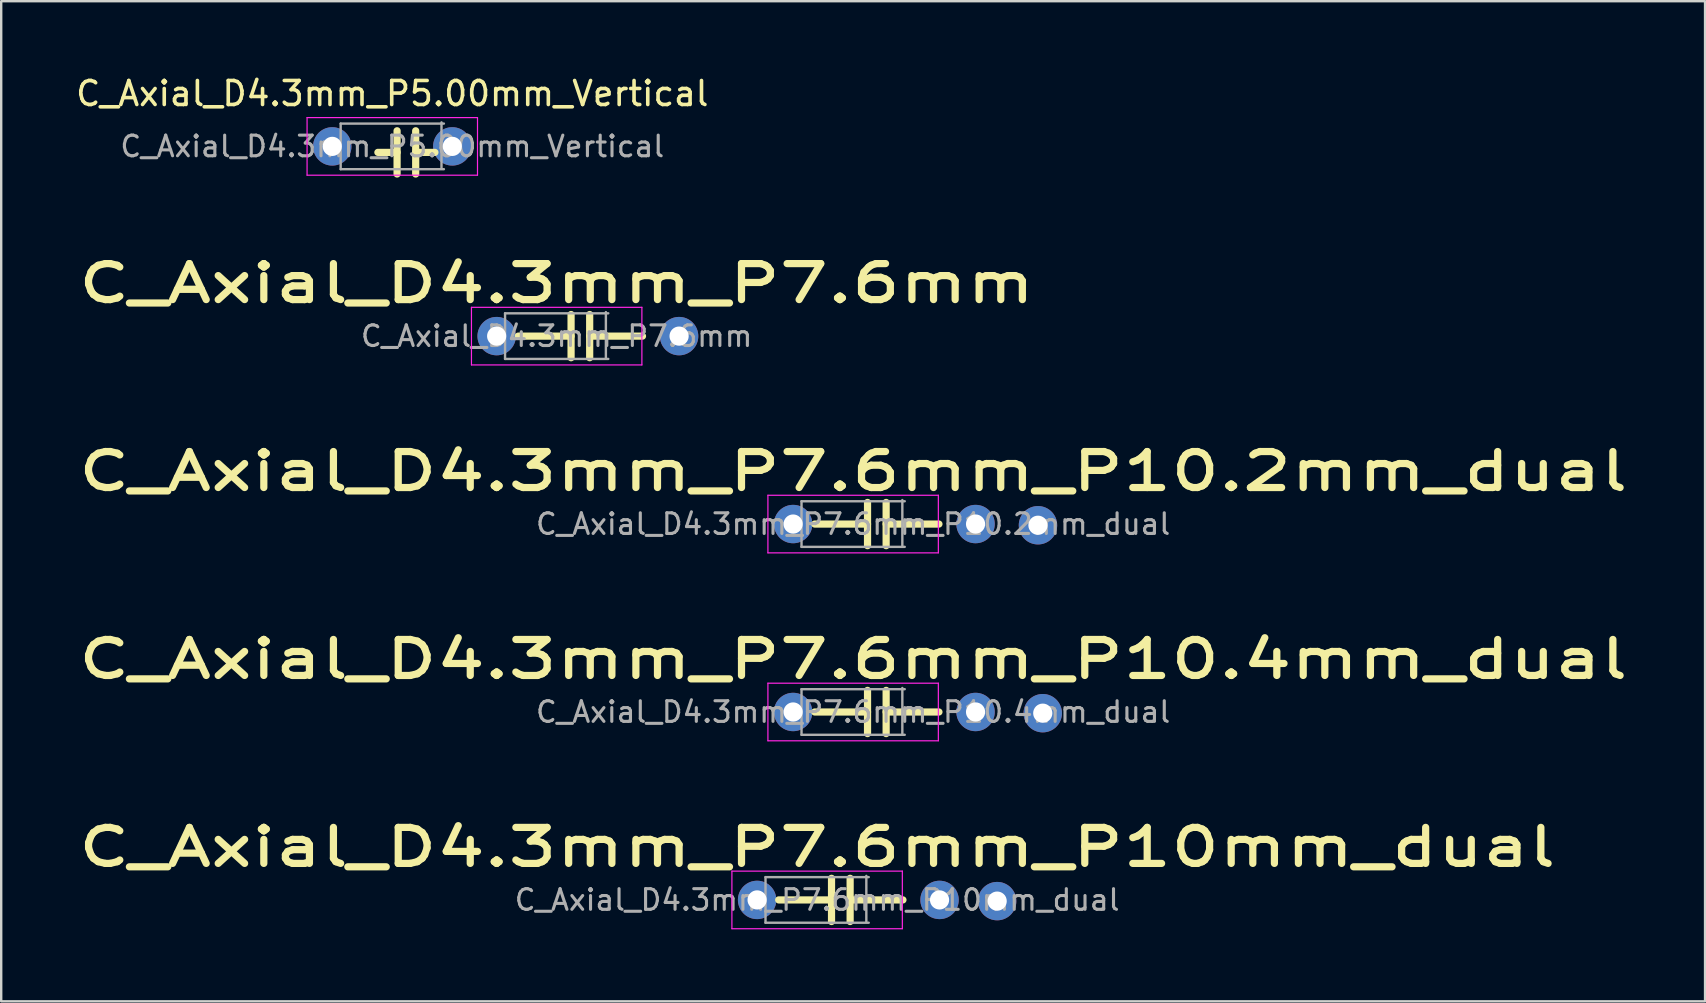
<source format=kicad_pcb>
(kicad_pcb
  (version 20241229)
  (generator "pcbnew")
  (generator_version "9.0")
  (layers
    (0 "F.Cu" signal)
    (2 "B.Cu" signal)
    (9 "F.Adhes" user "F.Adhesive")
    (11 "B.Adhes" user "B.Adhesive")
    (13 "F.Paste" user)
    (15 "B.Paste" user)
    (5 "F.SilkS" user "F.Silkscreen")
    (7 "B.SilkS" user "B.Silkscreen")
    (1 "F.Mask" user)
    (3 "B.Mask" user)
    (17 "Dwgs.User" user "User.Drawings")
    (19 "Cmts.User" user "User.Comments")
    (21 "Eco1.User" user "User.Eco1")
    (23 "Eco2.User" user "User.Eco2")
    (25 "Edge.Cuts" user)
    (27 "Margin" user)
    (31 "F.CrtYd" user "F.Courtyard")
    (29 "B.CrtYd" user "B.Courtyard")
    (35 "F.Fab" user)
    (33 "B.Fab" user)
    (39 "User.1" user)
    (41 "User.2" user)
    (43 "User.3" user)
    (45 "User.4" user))
  (footprint "C_Axial_D4.3mm_P7.6mm_P10mm_dual"
    (layer "F.Cu")
    (at 28.49 34.439)
    (property "Reference" "C_Axial_D4.3mm_P7.6mm_P10mm_dual" (at 2.5 -2.2 0) (layer "F.SilkS") (effects (font (size 1.5 2.1) (thickness 0.3) (bold yes))))
    (attr through_hole)
    (fp_line (start 0.9 0) (end 3.1 0) (stroke (width 0.3) (type default)) (layer "F.SilkS"))
    (fp_line (start 3.1 0.9) (end 3.1 -0.9) (stroke (width 0.3) (type default)) (layer "F.SilkS"))
    (fp_line (start 3.875 0) (end 6.075 0) (stroke (width 0.3) (type default)) (layer "F.SilkS"))
    (fp_line (start 3.875 0.9) (end 3.875 -0.9) (stroke (width 0.3) (type default)) (layer "F.SilkS"))
    (fp_line (start -1.05 -1.2) (end -1.05 1.2) (stroke (width 0.05) (type solid)) (layer "F.CrtYd"))
    (fp_line (start -1.05 1.2) (end 6.05 1.2) (stroke (width 0.05) (type solid)) (layer "F.CrtYd"))
    (fp_line (start 6.05 -1.2) (end -1.05 -1.2) (stroke (width 0.05) (type solid)) (layer "F.CrtYd"))
    (fp_line (start 6.05 1.2) (end 6.05 -1.2) (stroke (width 0.05) (type solid)) (layer "F.CrtYd"))
    (fp_line (start 0.35 -0.95) (end 0.35 0.95) (stroke (width 0.1) (type solid)) (layer "F.Fab"))
    (fp_line (start 0.35 0.95) (end 4.65 0.95) (stroke (width 0.1) (type solid)) (layer "F.Fab"))
    (fp_line (start 4.55 0.9) (end 4.55 -1) (stroke (width 0.1) (type solid)) (layer "F.Fab"))
    (fp_line (start 4.65 -0.95) (end 0.35 -0.95) (stroke (width 0.1) (type solid)) (layer "F.Fab"))
    (fp_text user "${REFERENCE}" (at 2.5 0 0) (layer "F.Fab") (effects (font (size 0.86 0.86) (thickness 0.129))))
    (pad "1" thru_hole circle (at 0 0) (size 1.6 1.6) (drill 0.8) (layers "*.Cu" "*.Mask"))
    (pad "2" thru_hole circle (at 7.6 0) (size 1.6 1.6) (drill 0.8) (layers "*.Cu" "*.Mask"))
    (pad "2" thru_hole circle (at 10 0.05) (size 1.6 1.6) (drill 0.8) (layers "*.Cu" "*.Mask")))
  (footprint "C_Axial_D4.3mm_P5.00mm_Vertical"
    (layer "F.Cu")
    (at 10.792 3.048)
    (property "Reference" "C_Axial_D4.3mm_P5.00mm_Vertical" (at 2.5 -2.2 0) (layer "F.SilkS") (effects (font (size 1 1) (thickness 0.15))))
    (attr through_hole)
    (fp_line (start 1.9 0.25) (end 2.7 0.25) (stroke (width 0.3) (type default)) (layer "F.SilkS"))
    (fp_line (start 2.7 1.15) (end 2.7 -0.65) (stroke (width 0.3) (type default)) (layer "F.SilkS"))
    (fp_line (start 3.475 0.25) (end 4.275 0.25) (stroke (width 0.3) (type default)) (layer "F.SilkS"))
    (fp_line (start 3.475 1.15) (end 3.475 -0.65) (stroke (width 0.3) (type default)) (layer "F.SilkS"))
    (fp_line (start -1.05 -1.2) (end -1.05 1.2) (stroke (width 0.05) (type solid)) (layer "F.CrtYd"))
    (fp_line (start -1.05 1.2) (end 6.05 1.2) (stroke (width 0.05) (type solid)) (layer "F.CrtYd"))
    (fp_line (start 6.05 -1.2) (end -1.05 -1.2) (stroke (width 0.05) (type solid)) (layer "F.CrtYd"))
    (fp_line (start 6.05 1.2) (end 6.05 -1.2) (stroke (width 0.05) (type solid)) (layer "F.CrtYd"))
    (fp_line (start 0.35 -0.95) (end 0.35 0.95) (stroke (width 0.1) (type solid)) (layer "F.Fab"))
    (fp_line (start 0.35 0.95) (end 4.65 0.95) (stroke (width 0.1) (type solid)) (layer "F.Fab"))
    (fp_line (start 4.55 0.9) (end 4.55 -1) (stroke (width 0.1) (type solid)) (layer "F.Fab"))
    (fp_line (start 4.65 -0.95) (end 0.35 -0.95) (stroke (width 0.1) (type solid)) (layer "F.Fab"))
    (fp_text user "${REFERENCE}" (at 2.5 0 0) (layer "F.Fab") (effects (font (size 0.86 0.86) (thickness 0.129))))
    (pad "1" thru_hole circle (at 0 0) (size 1.6 1.6) (drill 0.8) (layers "*.Cu" "*.Mask"))
    (pad "2" thru_hole circle (at 5 0) (size 1.6 1.6) (drill 0.8) (layers "*.Cu" "*.Mask")))
  (footprint "C_Axial_D4.3mm_P7.6mm_P10.2mm_dual"
    (layer "F.Cu")
    (at 29.99 18.781)
    (property "Reference" "C_Axial_D4.3mm_P7.6mm_P10.2mm_dual" (at 2.5 -2.2 0) (layer "F.SilkS") (effects (font (size 1.5 2.1) (thickness 0.3) (bold yes))))
    (attr through_hole)
    (fp_line (start 0.9 0) (end 3.1 0) (stroke (width 0.3) (type default)) (layer "F.SilkS"))
    (fp_line (start 3.1 0.9) (end 3.1 -0.9) (stroke (width 0.3) (type default)) (layer "F.SilkS"))
    (fp_line (start 3.875 0) (end 6.075 0) (stroke (width 0.3) (type default)) (layer "F.SilkS"))
    (fp_line (start 3.875 0.9) (end 3.875 -0.9) (stroke (width 0.3) (type default)) (layer "F.SilkS"))
    (fp_line (start -1.05 -1.2) (end -1.05 1.2) (stroke (width 0.05) (type solid)) (layer "F.CrtYd"))
    (fp_line (start -1.05 1.2) (end 6.05 1.2) (stroke (width 0.05) (type solid)) (layer "F.CrtYd"))
    (fp_line (start 6.05 -1.2) (end -1.05 -1.2) (stroke (width 0.05) (type solid)) (layer "F.CrtYd"))
    (fp_line (start 6.05 1.2) (end 6.05 -1.2) (stroke (width 0.05) (type solid)) (layer "F.CrtYd"))
    (fp_line (start 0.35 -0.95) (end 0.35 0.95) (stroke (width 0.1) (type solid)) (layer "F.Fab"))
    (fp_line (start 0.35 0.95) (end 4.65 0.95) (stroke (width 0.1) (type solid)) (layer "F.Fab"))
    (fp_line (start 4.55 0.9) (end 4.55 -1) (stroke (width 0.1) (type solid)) (layer "F.Fab"))
    (fp_line (start 4.65 -0.95) (end 0.35 -0.95) (stroke (width 0.1) (type solid)) (layer "F.Fab"))
    (fp_text user "${REFERENCE}" (at 2.5 0 0) (layer "F.Fab") (effects (font (size 0.86 0.86) (thickness 0.129))))
    (pad "1" thru_hole circle (at 0 0) (size 1.6 1.6) (drill 0.8) (layers "*.Cu" "*.Mask"))
    (pad "2" thru_hole circle (at 7.6 0) (size 1.6 1.6) (drill 0.8) (layers "*.Cu" "*.Mask"))
    (pad "2" thru_hole circle (at 10.2 0.05) (size 1.6 1.6) (drill 0.8) (layers "*.Cu" "*.Mask")))
  (footprint "C_Axial_D4.3mm_P7.6mm_P10.4mm_dual"
    (layer "F.Cu")
    (at 29.99 26.61)
    (property "Reference" "C_Axial_D4.3mm_P7.6mm_P10.4mm_dual" (at 2.5 -2.2 0) (layer "F.SilkS") (effects (font (size 1.5 2.1) (thickness 0.3) (bold yes))))
    (attr through_hole)
    (fp_line (start 0.9 0) (end 3.1 0) (stroke (width 0.3) (type default)) (layer "F.SilkS"))
    (fp_line (start 3.1 0.9) (end 3.1 -0.9) (stroke (width 0.3) (type default)) (layer "F.SilkS"))
    (fp_line (start 3.875 0) (end 6.075 0) (stroke (width 0.3) (type default)) (layer "F.SilkS"))
    (fp_line (start 3.875 0.9) (end 3.875 -0.9) (stroke (width 0.3) (type default)) (layer "F.SilkS"))
    (fp_line (start -1.05 -1.2) (end -1.05 1.2) (stroke (width 0.05) (type solid)) (layer "F.CrtYd"))
    (fp_line (start -1.05 1.2) (end 6.05 1.2) (stroke (width 0.05) (type solid)) (layer "F.CrtYd"))
    (fp_line (start 6.05 -1.2) (end -1.05 -1.2) (stroke (width 0.05) (type solid)) (layer "F.CrtYd"))
    (fp_line (start 6.05 1.2) (end 6.05 -1.2) (stroke (width 0.05) (type solid)) (layer "F.CrtYd"))
    (fp_line (start 0.35 -0.95) (end 0.35 0.95) (stroke (width 0.1) (type solid)) (layer "F.Fab"))
    (fp_line (start 0.35 0.95) (end 4.65 0.95) (stroke (width 0.1) (type solid)) (layer "F.Fab"))
    (fp_line (start 4.55 0.9) (end 4.55 -1) (stroke (width 0.1) (type solid)) (layer "F.Fab"))
    (fp_line (start 4.65 -0.95) (end 0.35 -0.95) (stroke (width 0.1) (type solid)) (layer "F.Fab"))
    (fp_text user "${REFERENCE}" (at 2.5 0 0) (layer "F.Fab") (effects (font (size 0.86 0.86) (thickness 0.129))))
    (pad "1" thru_hole circle (at 0 0) (size 1.6 1.6) (drill 0.8) (layers "*.Cu" "*.Mask"))
    (pad "2" thru_hole circle (at 7.6 0) (size 1.6 1.6) (drill 0.8) (layers "*.Cu" "*.Mask"))
    (pad "2" thru_hole circle (at 10.4 0.05) (size 1.6 1.6) (drill 0.8) (layers "*.Cu" "*.Mask")))
  (footprint "C_Axial_D4.3mm_P7.6mm"
    (layer "F.Cu")
    (at 17.64 10.952)
    (property "Reference" "C_Axial_D4.3mm_P7.6mm" (at 2.5 -2.2 180) (layer "F.SilkS") (effects (font (size 1.5 2.1) (thickness 0.3) (bold yes))))
    (attr through_hole)
    (fp_line (start 0.9 0) (end 3.1 0) (stroke (width 0.3) (type default)) (layer "F.SilkS"))
    (fp_line (start 3.1 0.9) (end 3.1 -0.9) (stroke (width 0.3) (type default)) (layer "F.SilkS"))
    (fp_line (start 3.875 0) (end 6.075 0) (stroke (width 0.3) (type default)) (layer "F.SilkS"))
    (fp_line (start 3.875 0.9) (end 3.875 -0.9) (stroke (width 0.3) (type default)) (layer "F.SilkS"))
    (fp_line (start -1.05 -1.2) (end -1.05 1.2) (stroke (width 0.05) (type solid)) (layer "F.CrtYd"))
    (fp_line (start -1.05 1.2) (end 6.05 1.2) (stroke (width 0.05) (type solid)) (layer "F.CrtYd"))
    (fp_line (start 6.05 -1.2) (end -1.05 -1.2) (stroke (width 0.05) (type solid)) (layer "F.CrtYd"))
    (fp_line (start 6.05 1.2) (end 6.05 -1.2) (stroke (width 0.05) (type solid)) (layer "F.CrtYd"))
    (fp_line (start 0.35 -0.95) (end 0.35 0.95) (stroke (width 0.1) (type solid)) (layer "F.Fab"))
    (fp_line (start 0.35 0.95) (end 4.65 0.95) (stroke (width 0.1) (type solid)) (layer "F.Fab"))
    (fp_line (start 4.55 0.9) (end 4.55 -1) (stroke (width 0.1) (type solid)) (layer "F.Fab"))
    (fp_line (start 4.65 -0.95) (end 0.35 -0.95) (stroke (width 0.1) (type solid)) (layer "F.Fab"))
    (fp_text user "${REFERENCE}" (at 2.5 0 180) (layer "F.Fab") (effects (font (size 0.86 0.86) (thickness 0.129))))
    (pad "1" thru_hole circle (at 0 0) (size 1.6 1.6) (drill 0.8) (layers "*.Cu" "*.Mask"))
    (pad "2" thru_hole circle (at 7.6 0) (size 1.6 1.6) (drill 0.8) (layers "*.Cu" "*.Mask")))
  (gr_rect
    (start -3 -3)
    (end 67.98 38.664)
    (stroke (width 0.1) (type default))
    (fill no)
    (layer "Edge.Cuts")))
</source>
